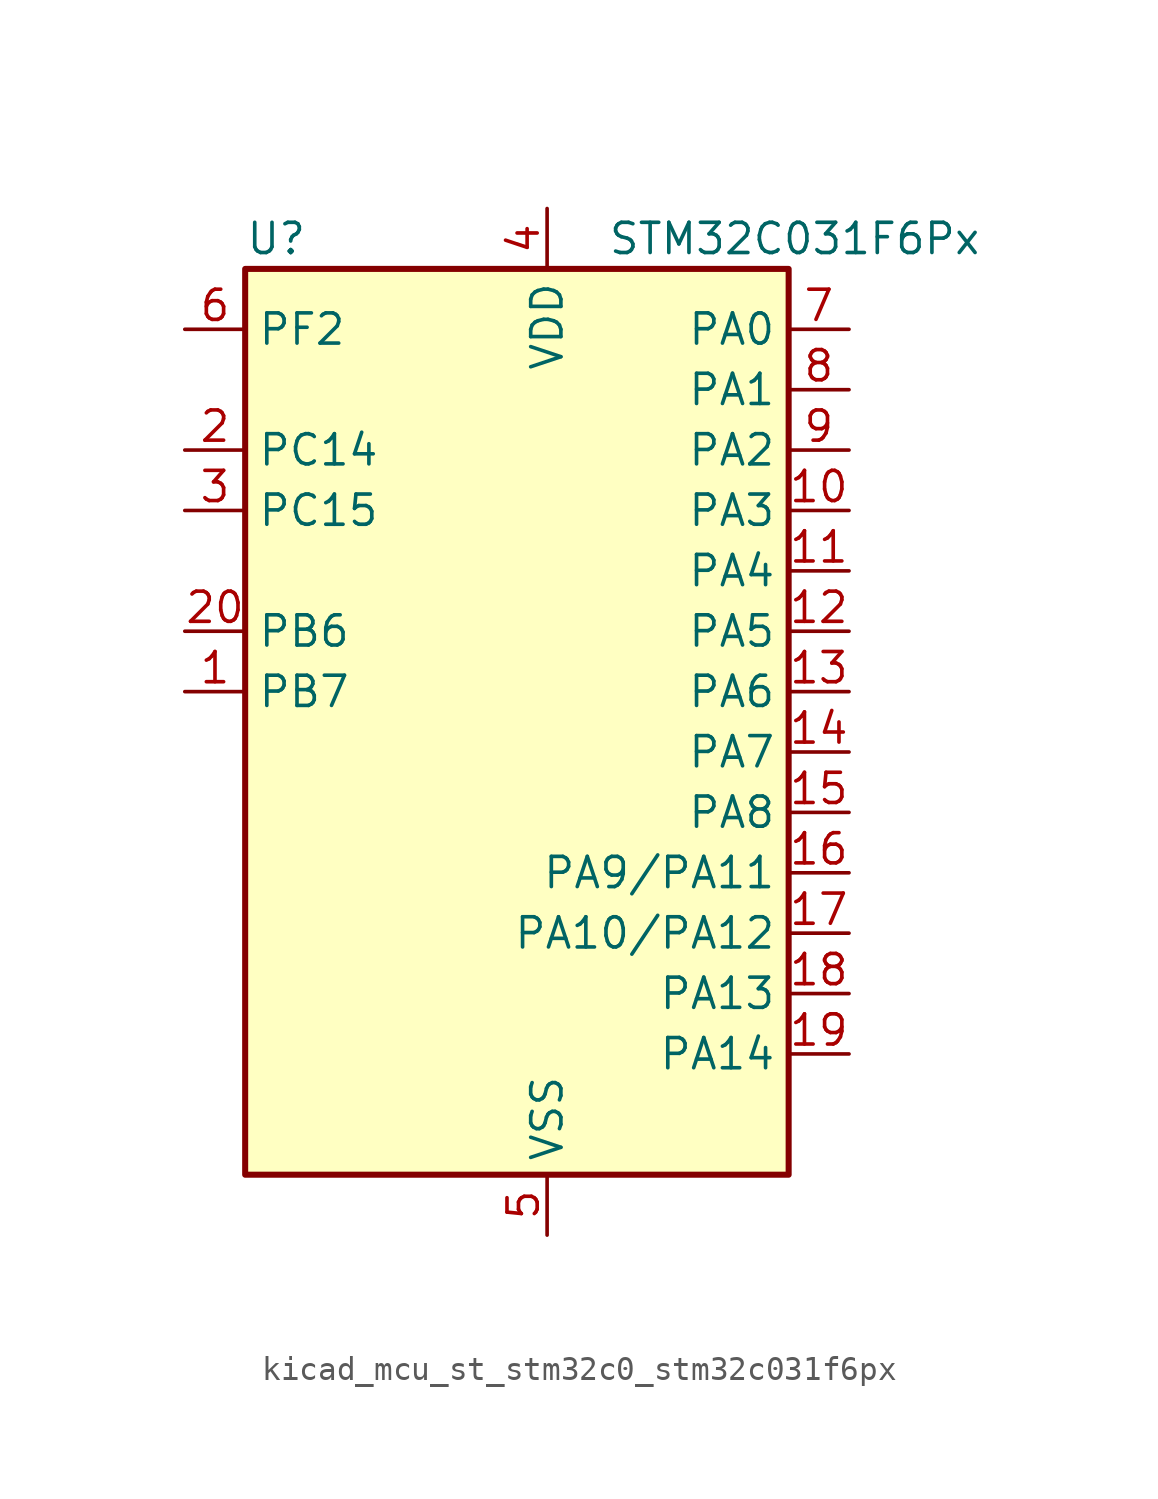
<source format=kicad_sym>
(kicad_symbol_lib
  (version 20220914)
  (generator kicad_symbol_editor)
  (symbol "kicad_mcu_st_stm32c0_stm32c031f6px"
    (property "Reference" "U"
      (at -10.16 21.59 0)
      (effects (font (size 1.27 1.27)) (justify left)))
    (property "Value" "STM32C031F6Px"
      (at 5.08 21.59 0)
      (effects (font (size 1.27 1.27)) (justify left)))
    (property "ki_locked" ""
      (at 0 0 0)
      (effects (font (size 1.27 1.27))))
    (symbol "kicad_mcu_st_stm32c0_stm32c031f6px_0_1"
      (rectangle (start -10.16 -17.78) (end 12.7 20.32) (stroke (width 0.254) (type default)) (fill (type background))))
    (symbol "kicad_mcu_st_stm32c0_stm32c031f6px_1_1"
      (pin bidirectional line (at -12.7 2.54 0) (length 2.54) (name "PB7" (effects (font (size 1.27 1.27)))) (number "1" (effects (font (size 1.27 1.27)))) (alternate "I2C1_SCL" bidirectional line) (alternate "I2C1_SDA" bidirectional line) (alternate "RTC_REFIN" bidirectional line) (alternate "TIM16_CH1" bidirectional line) (alternate "TIM17_CH1N" bidirectional line) (alternate "TIM1_CH4" bidirectional line) (alternate "TIM3_CH1" bidirectional line) (alternate "TIM3_CH4" bidirectional line) (alternate "USART1_RX" bidirectional line) (alternate "USART2_CTS" bidirectional line) (alternate "USART2_NSS" bidirectional line))
      (pin bidirectional line (at 15.24 10.16 180) (length 2.54) (name "PA3" (effects (font (size 1.27 1.27)))) (number "10" (effects (font (size 1.27 1.27)))) (alternate "ADC1_IN3" bidirectional line) (alternate "TIM1_CH1N" bidirectional line) (alternate "TIM1_CH4" bidirectional line) (alternate "USART2_RX" bidirectional line))
      (pin bidirectional line (at 15.24 7.62 180) (length 2.54) (name "PA4" (effects (font (size 1.27 1.27)))) (number "11" (effects (font (size 1.27 1.27)))) (alternate "ADC1_IN4" bidirectional line) (alternate "I2S1_WS" bidirectional line) (alternate "PWR_WKUP2" bidirectional line) (alternate "RTC_OUT1" bidirectional line) (alternate "RTC_TS" bidirectional line) (alternate "SPI1_NSS" bidirectional line) (alternate "TIM14_CH1" bidirectional line) (alternate "TIM17_CH1N" bidirectional line) (alternate "TIM1_CH2N" bidirectional line) (alternate "USART2_TX" bidirectional line))
      (pin bidirectional line (at 15.24 5.08 180) (length 2.54) (name "PA5" (effects (font (size 1.27 1.27)))) (number "12" (effects (font (size 1.27 1.27)))) (alternate "ADC1_IN5" bidirectional line) (alternate "I2S1_CK" bidirectional line) (alternate "SPI1_SCK" bidirectional line) (alternate "TIM1_CH1" bidirectional line) (alternate "TIM1_CH3N" bidirectional line) (alternate "USART2_RX" bidirectional line))
      (pin bidirectional line (at 15.24 2.54 180) (length 2.54) (name "PA6" (effects (font (size 1.27 1.27)))) (number "13" (effects (font (size 1.27 1.27)))) (alternate "ADC1_IN6" bidirectional line) (alternate "I2S1_MCK" bidirectional line) (alternate "SPI1_MISO" bidirectional line) (alternate "TIM16_CH1" bidirectional line) (alternate "TIM1_BKIN" bidirectional line) (alternate "TIM3_CH1" bidirectional line))
      (pin bidirectional line (at 15.24 0 180) (length 2.54) (name "PA7" (effects (font (size 1.27 1.27)))) (number "14" (effects (font (size 1.27 1.27)))) (alternate "ADC1_IN7" bidirectional line) (alternate "I2S1_SD" bidirectional line) (alternate "SPI1_MOSI" bidirectional line) (alternate "TIM14_CH1" bidirectional line) (alternate "TIM17_CH1" bidirectional line) (alternate "TIM1_CH1N" bidirectional line) (alternate "TIM3_CH2" bidirectional line))
      (pin bidirectional line (at 15.24 -2.54 180) (length 2.54) (name "PA8" (effects (font (size 1.27 1.27)))) (number "15" (effects (font (size 1.27 1.27)))) (alternate "ADC1_IN8" bidirectional line) (alternate "I2S1_WS" bidirectional line) (alternate "RCC_MCO" bidirectional line) (alternate "RCC_MCO_2" bidirectional line) (alternate "SPI1_NSS" bidirectional line) (alternate "TIM14_CH1" bidirectional line) (alternate "TIM1_CH1" bidirectional line) (alternate "TIM1_CH2N" bidirectional line) (alternate "TIM1_CH3N" bidirectional line) (alternate "TIM3_CH3" bidirectional line) (alternate "TIM3_CH4" bidirectional line) (alternate "USART1_RX" bidirectional line) (alternate "USART2_TX" bidirectional line))
      (pin bidirectional line (at 15.24 -5.08 180) (length 2.54) (name "PA9/PA11" (effects (font (size 1.27 1.27)))) (number "16" (effects (font (size 1.27 1.27)))) (alternate "I2C1_SCL" bidirectional line) (alternate "RCC_MCO" bidirectional line) (alternate "TIM1_CH2" bidirectional line) (alternate "TIM3_ETR" bidirectional line) (alternate "USART1_TX" bidirectional line))
      (pin bidirectional line (at 15.24 -7.62 180) (length 2.54) (name "PA10/PA12" (effects (font (size 1.27 1.27)))) (number "17" (effects (font (size 1.27 1.27)))) (alternate "I2C1_SDA" bidirectional line) (alternate "RCC_MCO_2" bidirectional line) (alternate "TIM17_BKIN" bidirectional line) (alternate "TIM1_CH3" bidirectional line) (alternate "USART1_RX" bidirectional line))
      (pin bidirectional line (at 15.24 -10.16 180) (length 2.54) (name "PA13" (effects (font (size 1.27 1.27)))) (number "18" (effects (font (size 1.27 1.27)))) (alternate "ADC1_IN13" bidirectional line) (alternate "DEBUG_SWDIO" bidirectional line) (alternate "IR_OUT" bidirectional line) (alternate "TIM3_ETR" bidirectional line) (alternate "USART2_RX" bidirectional line))
      (pin bidirectional line (at 15.24 -12.7 180) (length 2.54) (name "PA14" (effects (font (size 1.27 1.27)))) (number "19" (effects (font (size 1.27 1.27)))) (alternate "ADC1_IN14" bidirectional line) (alternate "DEBUG_SWCLK" bidirectional line) (alternate "I2S1_WS" bidirectional line) (alternate "RCC_MCO_2" bidirectional line) (alternate "SPI1_NSS" bidirectional line) (alternate "TIM1_CH1" bidirectional line) (alternate "USART1_CK" bidirectional line) (alternate "USART1_DE" bidirectional line) (alternate "USART1_RTS" bidirectional line) (alternate "USART2_RX" bidirectional line) (alternate "USART2_TX" bidirectional line))
      (pin bidirectional line (at -12.7 12.7 0) (length 2.54) (name "PC14" (effects (font (size 1.27 1.27)))) (number "2" (effects (font (size 1.27 1.27)))) (alternate "I2C1_SDA" bidirectional line) (alternate "IR_OUT" bidirectional line) (alternate "RCC_OSCX_IN" bidirectional line) (alternate "TIM17_CH1" bidirectional line) (alternate "TIM1_BKIN2" bidirectional line) (alternate "TIM1_ETR" bidirectional line) (alternate "TIM3_CH2" bidirectional line) (alternate "USART1_TX" bidirectional line) (alternate "USART2_CK" bidirectional line) (alternate "USART2_DE" bidirectional line) (alternate "USART2_RTS" bidirectional line))
      (pin bidirectional line (at -12.7 5.08 0) (length 2.54) (name "PB6" (effects (font (size 1.27 1.27)))) (number "20" (effects (font (size 1.27 1.27)))) (alternate "I2C1_SCL" bidirectional line) (alternate "I2C1_SMBA" bidirectional line) (alternate "I2S1_CK" bidirectional line) (alternate "I2S1_MCK" bidirectional line) (alternate "I2S1_SD" bidirectional line) (alternate "PWR_WKUP3" bidirectional line) (alternate "SPI1_MISO" bidirectional line) (alternate "SPI1_MOSI" bidirectional line) (alternate "SPI1_SCK" bidirectional line) (alternate "TIM16_BKIN" bidirectional line) (alternate "TIM16_CH1N" bidirectional line) (alternate "TIM17_BKIN" bidirectional line) (alternate "TIM1_CH2" bidirectional line) (alternate "TIM1_CH3" bidirectional line) (alternate "TIM3_CH1" bidirectional line) (alternate "TIM3_CH2" bidirectional line) (alternate "TIM3_CH3" bidirectional line) (alternate "USART1_CK" bidirectional line) (alternate "USART1_CTS" bidirectional line) (alternate "USART1_DE" bidirectional line) (alternate "USART1_NSS" bidirectional line) (alternate "USART1_RTS" bidirectional line) (alternate "USART1_TX" bidirectional line))
      (pin bidirectional line (at -12.7 10.16 0) (length 2.54) (name "PC15" (effects (font (size 1.27 1.27)))) (number "3" (effects (font (size 1.27 1.27)))) (alternate "RCC_OSC32_EN" bidirectional line) (alternate "RCC_OSCX_OUT" bidirectional line) (alternate "RCC_OSC_EN" bidirectional line) (alternate "TIM1_ETR" bidirectional line) (alternate "TIM3_CH3" bidirectional line))
      (pin power_in line (at 2.54 22.86 270) (length 2.54) (name "VDD" (effects (font (size 1.27 1.27)))) (number "4" (effects (font (size 1.27 1.27)))))
      (pin power_in line (at 2.54 -20.32 90) (length 2.54) (name "VSS" (effects (font (size 1.27 1.27)))) (number "5" (effects (font (size 1.27 1.27)))))
      (pin bidirectional line (at -12.7 17.78 0) (length 2.54) (name "PF2" (effects (font (size 1.27 1.27)))) (number "6" (effects (font (size 1.27 1.27)))) (alternate "RCC_MCO" bidirectional line) (alternate "TIM1_CH4" bidirectional line))
      (pin bidirectional line (at 15.24 17.78 180) (length 2.54) (name "PA0" (effects (font (size 1.27 1.27)))) (number "7" (effects (font (size 1.27 1.27)))) (alternate "ADC1_IN0" bidirectional line) (alternate "PWR_WKUP1" bidirectional line) (alternate "TIM16_CH1" bidirectional line) (alternate "TIM1_CH1" bidirectional line) (alternate "USART1_TX" bidirectional line) (alternate "USART2_CTS" bidirectional line) (alternate "USART2_NSS" bidirectional line))
      (pin bidirectional line (at 15.24 15.24 180) (length 2.54) (name "PA1" (effects (font (size 1.27 1.27)))) (number "8" (effects (font (size 1.27 1.27)))) (alternate "ADC1_IN1" bidirectional line) (alternate "I2C1_SMBA" bidirectional line) (alternate "I2S1_CK" bidirectional line) (alternate "SPI1_SCK" bidirectional line) (alternate "TIM17_CH1" bidirectional line) (alternate "TIM1_CH2" bidirectional line) (alternate "USART1_RX" bidirectional line) (alternate "USART2_CK" bidirectional line) (alternate "USART2_DE" bidirectional line) (alternate "USART2_RTS" bidirectional line))
      (pin bidirectional line (at 15.24 12.7 180) (length 2.54) (name "PA2" (effects (font (size 1.27 1.27)))) (number "9" (effects (font (size 1.27 1.27)))) (alternate "ADC1_IN2" bidirectional line) (alternate "I2S1_SD" bidirectional line) (alternate "PWR_WKUP4" bidirectional line) (alternate "RCC_LSCO" bidirectional line) (alternate "SPI1_MOSI" bidirectional line) (alternate "TIM16_CH1N" bidirectional line) (alternate "TIM1_CH3" bidirectional line) (alternate "TIM3_ETR" bidirectional line) (alternate "USART2_TX" bidirectional line)))))
</source>
